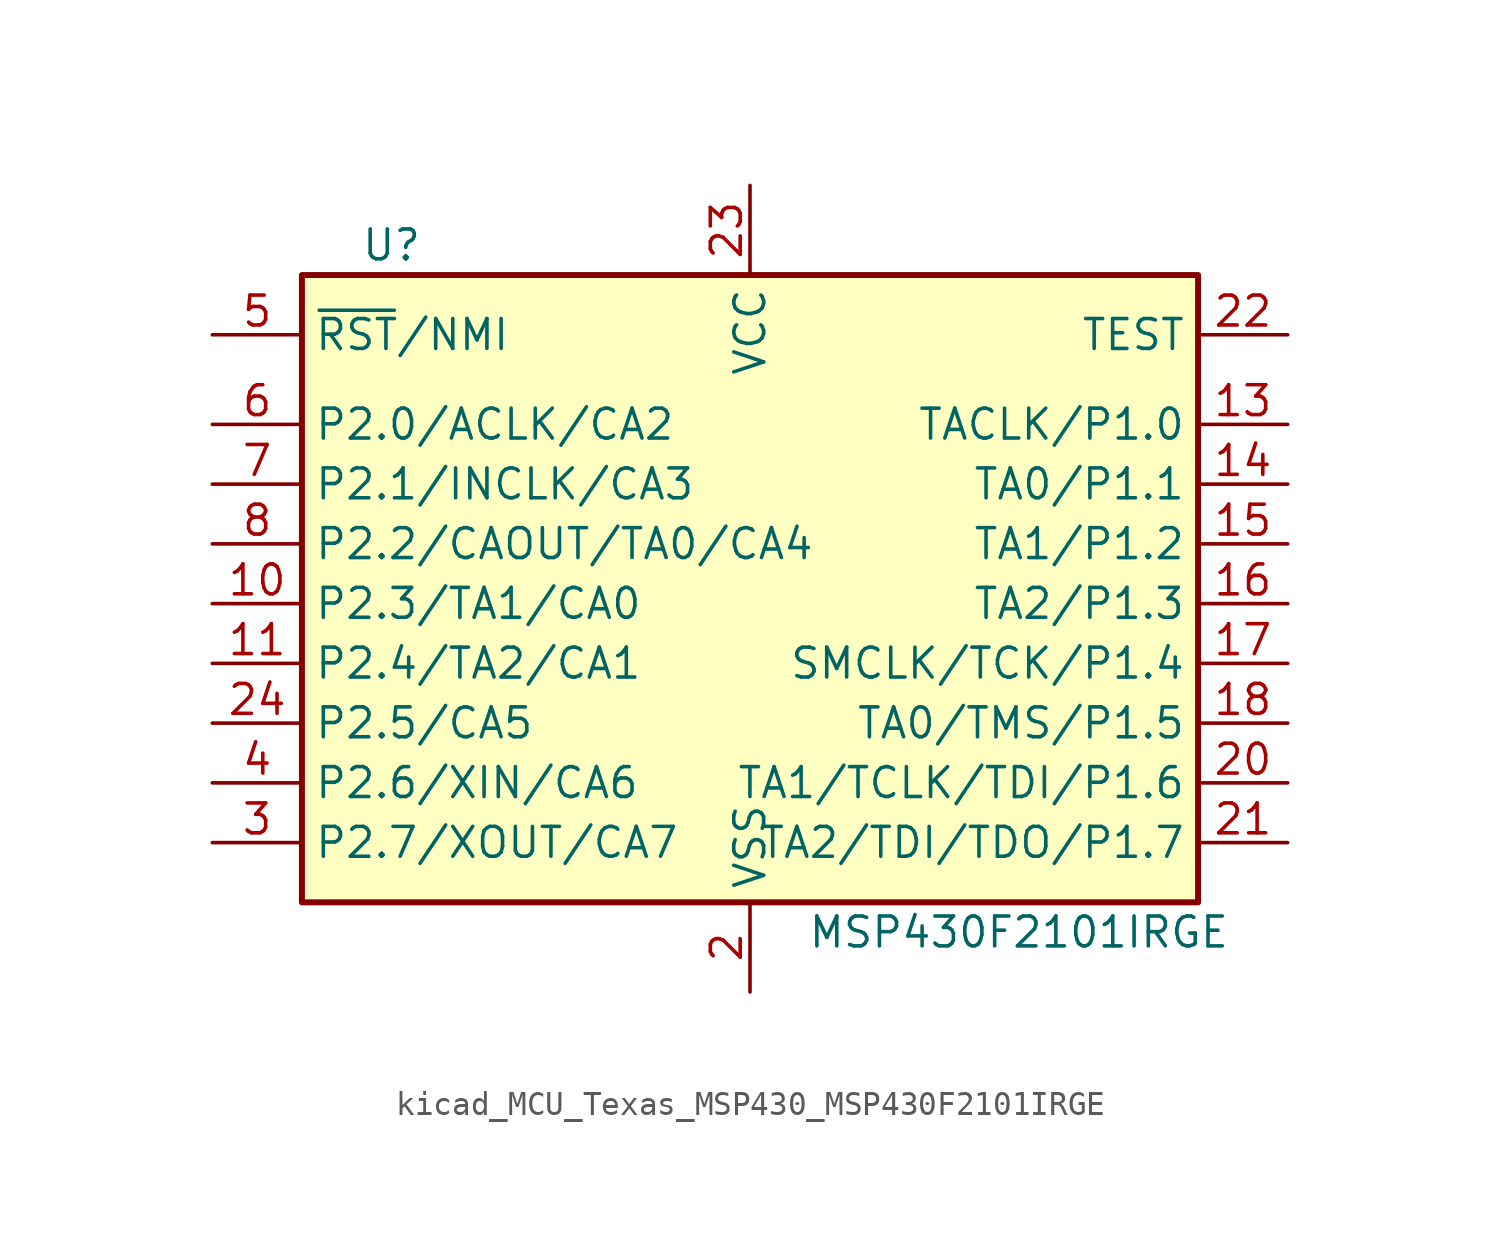
<source format=kicad_sym>
(kicad_symbol_lib
  (version 20220914)
  (generator kicad_symbol_editor)
  (symbol "kicad_MCU_Texas_MSP430_MSP430F2101IRGE"
    (property "Reference" "U"
      (at -15.24 15.24 0)
      (effects (font (size 1.27 1.27))))
    (property "Value" "MSP430F2101IRGE"
      (at 11.43 -13.97 0)
      (effects (font (size 1.27 1.27))))
    (symbol "kicad_MCU_Texas_MSP430_MSP430F2101IRGE_0_1"
      (rectangle (start -19.05 13.97) (end 19.05 -12.7) (stroke (width 0.254) (type default)) (fill (type background))))
    (symbol "kicad_MCU_Texas_MSP430_MSP430F2101IRGE_1_1"
      (pin bidirectional line (at -22.86 0 0) (length 3.81) (name "P2.3/TA1/CA0" (effects (font (size 1.27 1.27)))) (number "10" (effects (font (size 1.27 1.27)))))
      (pin bidirectional line (at -22.86 -2.54 0) (length 3.81) (name "P2.4/TA2/CA1" (effects (font (size 1.27 1.27)))) (number "11" (effects (font (size 1.27 1.27)))))
      (pin bidirectional line (at 22.86 7.62 180) (length 3.81) (name "TACLK/P1.0" (effects (font (size 1.27 1.27)))) (number "13" (effects (font (size 1.27 1.27)))))
      (pin bidirectional line (at 22.86 5.08 180) (length 3.81) (name "TA0/P1.1" (effects (font (size 1.27 1.27)))) (number "14" (effects (font (size 1.27 1.27)))))
      (pin bidirectional line (at 22.86 2.54 180) (length 3.81) (name "TA1/P1.2" (effects (font (size 1.27 1.27)))) (number "15" (effects (font (size 1.27 1.27)))))
      (pin bidirectional line (at 22.86 0 180) (length 3.81) (name "TA2/P1.3" (effects (font (size 1.27 1.27)))) (number "16" (effects (font (size 1.27 1.27)))))
      (pin bidirectional line (at 22.86 -2.54 180) (length 3.81) (name "SMCLK/TCK/P1.4" (effects (font (size 1.27 1.27)))) (number "17" (effects (font (size 1.27 1.27)))))
      (pin bidirectional line (at 22.86 -5.08 180) (length 3.81) (name "TA0/TMS/P1.5" (effects (font (size 1.27 1.27)))) (number "18" (effects (font (size 1.27 1.27)))))
      (pin power_in line (at 0 -16.51 90) (length 3.81) (name "VSS" (effects (font (size 1.27 1.27)))) (number "2" (effects (font (size 1.27 1.27)))))
      (pin bidirectional line (at 22.86 -7.62 180) (length 3.81) (name "TA1/TCLK/TDI/P1.6" (effects (font (size 1.27 1.27)))) (number "20" (effects (font (size 1.27 1.27)))))
      (pin bidirectional line (at 22.86 -10.16 180) (length 3.81) (name "TA2/TDI/TDO/P1.7" (effects (font (size 1.27 1.27)))) (number "21" (effects (font (size 1.27 1.27)))))
      (pin input line (at 22.86 11.43 180) (length 3.81) (name "TEST" (effects (font (size 1.27 1.27)))) (number "22" (effects (font (size 1.27 1.27)))))
      (pin power_in line (at 0 17.78 270) (length 3.81) (name "VCC" (effects (font (size 1.27 1.27)))) (number "23" (effects (font (size 1.27 1.27)))))
      (pin bidirectional line (at -22.86 -5.08 0) (length 3.81) (name "P2.5/CA5" (effects (font (size 1.27 1.27)))) (number "24" (effects (font (size 1.27 1.27)))))
      (pin bidirectional line (at -22.86 -10.16 0) (length 3.81) (name "P2.7/XOUT/CA7" (effects (font (size 1.27 1.27)))) (number "3" (effects (font (size 1.27 1.27)))))
      (pin bidirectional line (at -22.86 -7.62 0) (length 3.81) (name "P2.6/XIN/CA6" (effects (font (size 1.27 1.27)))) (number "4" (effects (font (size 1.27 1.27)))))
      (pin input line (at -22.86 11.43 0) (length 3.81) (name "~{RST}/NMI" (effects (font (size 1.27 1.27)))) (number "5" (effects (font (size 1.27 1.27)))))
      (pin bidirectional line (at -22.86 7.62 0) (length 3.81) (name "P2.0/ACLK/CA2" (effects (font (size 1.27 1.27)))) (number "6" (effects (font (size 1.27 1.27)))))
      (pin bidirectional line (at -22.86 5.08 0) (length 3.81) (name "P2.1/INCLK/CA3" (effects (font (size 1.27 1.27)))) (number "7" (effects (font (size 1.27 1.27)))))
      (pin bidirectional line (at -22.86 2.54 0) (length 3.81) (name "P2.2/CAOUT/TA0/CA4" (effects (font (size 1.27 1.27)))) (number "8" (effects (font (size 1.27 1.27))))))))
</source>
